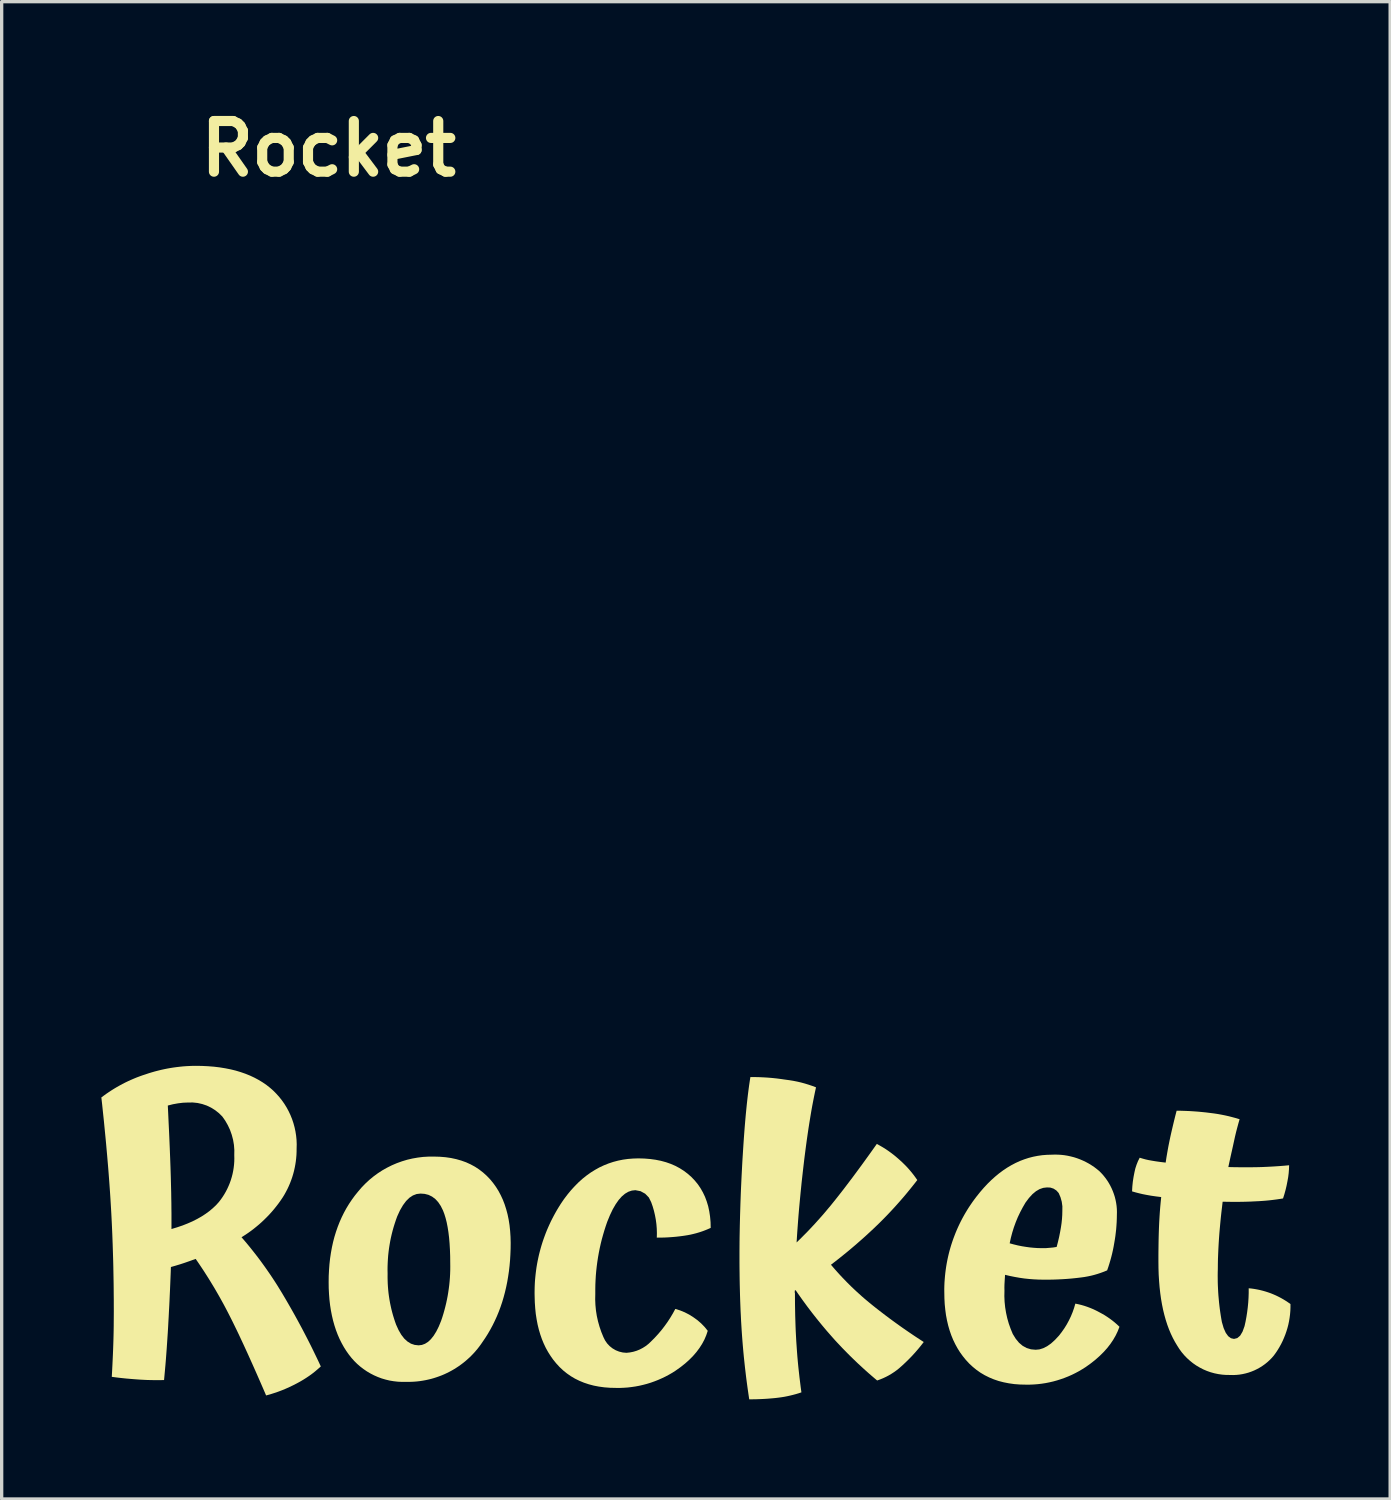
<source format=kicad_pcb>
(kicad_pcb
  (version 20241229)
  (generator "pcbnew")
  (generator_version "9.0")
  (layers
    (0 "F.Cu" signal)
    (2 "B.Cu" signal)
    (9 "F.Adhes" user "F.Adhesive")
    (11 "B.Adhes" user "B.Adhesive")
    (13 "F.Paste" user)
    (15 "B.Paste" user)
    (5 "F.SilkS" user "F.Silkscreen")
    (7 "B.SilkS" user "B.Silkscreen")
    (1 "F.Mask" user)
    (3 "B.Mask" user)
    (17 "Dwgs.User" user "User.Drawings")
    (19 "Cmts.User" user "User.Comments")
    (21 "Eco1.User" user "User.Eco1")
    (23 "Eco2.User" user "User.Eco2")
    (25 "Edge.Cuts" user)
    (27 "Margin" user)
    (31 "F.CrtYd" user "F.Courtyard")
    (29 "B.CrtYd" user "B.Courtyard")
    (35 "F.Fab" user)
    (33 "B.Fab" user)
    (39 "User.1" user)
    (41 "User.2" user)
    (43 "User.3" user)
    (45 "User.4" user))
  (footprint "Rocket"
    (layer "F.Cu")
    (at 6.836 38.071)
    (property "Reference" "Rocket" (at 0 -36.644 0) (layer "F.SilkS") (effects (font (size 1.524 1.524) (thickness 0.305))))
    (attr exclude_from_pos_files exclude_from_bom)
    (fp_poly (pts (xy 11.501 -4.17) (xy 11.417 -4.133) (xy 11.332 -4.098) (xy 11.246 -4.066) (xy 11.158 -4.037) (xy 11.07 -4.011) (xy 10.981 -3.988) (xy 10.891 -3.967) (xy 10.8 -3.95) (xy 10.686 -3.932) (xy 10.572 -3.917) (xy 10.457 -3.904) (xy 10.341 -3.894) (xy 10.226 -3.886) (xy 10.111 -3.88) (xy 9.995 -3.878) (xy 9.879 -3.877) (xy 9.882 -4.013) (xy 9.878 -4.149) (xy 9.867 -4.285) (xy 9.849 -4.419) (xy 9.824 -4.553) (xy 9.793 -4.685) (xy 9.755 -4.816) (xy 9.71 -4.944) (xy 9.639 -5.086) (xy 9.529 -5.199) (xy 9.39 -5.275) (xy 9.234 -5.305) (xy 9.127 -5.293) (xy 9.024 -5.258) (xy 8.923 -5.199) (xy 8.826 -5.117) (xy 8.732 -5.011) (xy 8.641 -4.881) (xy 8.553 -4.729) (xy 8.469 -4.553) (xy 8.387 -4.353) (xy 8.342 -4.223) (xy 8.3 -4.091) (xy 8.261 -3.958) (xy 8.224 -3.825) (xy 8.191 -3.691) (xy 8.161 -3.556) (xy 8.134 -3.42) (xy 8.11 -3.284) (xy 8.089 -3.147) (xy 8.071 -3.01) (xy 8.056 -2.873) (xy 8.044 -2.735) (xy 8.036 -2.597) (xy 8.03 -2.459) (xy 8.028 -2.321) (xy 8.028 -2.182) (xy 8.025 -2.016) (xy 8.032 -1.85) (xy 8.048 -1.684) (xy 8.074 -1.519) (xy 8.11 -1.357) (xy 8.155 -1.197) (xy 8.209 -1.039) (xy 8.272 -0.885) (xy 8.321 -0.786) (xy 8.384 -0.694) (xy 8.46 -0.613) (xy 8.547 -0.544) (xy 8.643 -0.488) (xy 8.746 -0.447) (xy 8.854 -0.421) (xy 8.965 -0.411) (xy 9.068 -0.422) (xy 9.17 -0.442) (xy 9.27 -0.472) (xy 9.366 -0.511) (xy 9.458 -0.559) (xy 9.546 -0.615) (xy 9.628 -0.679) (xy 9.703 -0.75) (xy 9.812 -0.859) (xy 9.916 -0.972) (xy 10.016 -1.089) (xy 10.11 -1.211) (xy 10.2 -1.336) (xy 10.284 -1.465) (xy 10.363 -1.597) (xy 10.436 -1.732) (xy 10.58 -1.687) (xy 10.719 -1.63) (xy 10.853 -1.561) (xy 10.98 -1.481) (xy 11.101 -1.394) (xy 11.214 -1.296) (xy 11.318 -1.189) (xy 11.412 -1.073) (xy 11.367 -0.939) (xy 11.311 -0.808) (xy 11.243 -0.681) (xy 11.163 -0.556) (xy 11.072 -0.434) (xy 10.97 -0.316) (xy 10.855 -0.2) (xy 10.73 -0.088) (xy 10.592 0.021) (xy 10.443 0.127) (xy 10.343 0.191) (xy 10.24 0.25) (xy 10.135 0.306) (xy 10.028 0.357) (xy 9.919 0.405) (xy 9.809 0.448) (xy 9.697 0.488) (xy 9.583 0.523) (xy 9.469 0.553) (xy 9.353 0.58) (xy 9.236 0.602) (xy 9.119 0.619) (xy 9.001 0.633) (xy 8.882 0.641) (xy 8.764 0.646) (xy 8.645 0.645) (xy 8.47 0.641) (xy 8.301 0.628) (xy 8.138 0.606) (xy 7.982 0.576) (xy 7.831 0.536) (xy 7.687 0.488) (xy 7.549 0.431) (xy 7.417 0.366) (xy 7.292 0.292) (xy 7.173 0.209) (xy 7.059 0.117) (xy 6.952 0.016) (xy 6.852 -0.093) (xy 6.764 -0.201) (xy 6.683 -0.315) (xy 6.608 -0.434) (xy 6.539 -0.558) (xy 6.477 -0.688) (xy 6.421 -0.824) (xy 6.372 -0.965) (xy 6.329 -1.111) (xy 6.292 -1.263) (xy 6.262 -1.421) (xy 6.237 -1.583) (xy 6.22 -1.752) (xy 6.208 -1.925) (xy 6.203 -2.104) (xy 6.201 -2.202) (xy 6.202 -2.299) (xy 6.204 -2.397) (xy 6.208 -2.494) (xy 6.214 -2.591) (xy 6.223 -2.688) (xy 6.233 -2.785) (xy 6.245 -2.882) (xy 6.258 -2.978) (xy 6.274 -3.074) (xy 6.292 -3.17) (xy 6.312 -3.265) (xy 6.333 -3.36) (xy 6.357 -3.455) (xy 6.382 -3.549) (xy 6.409 -3.642) (xy 6.438 -3.735) (xy 6.469 -3.827) (xy 6.502 -3.919) (xy 6.536 -4.01) (xy 6.572 -4.1) (xy 6.611 -4.19) (xy 6.651 -4.279) (xy 6.692 -4.367) (xy 6.736 -4.454) (xy 6.781 -4.54) (xy 6.828 -4.626) (xy 6.876 -4.71) (xy 6.926 -4.793) (xy 6.978 -4.876) (xy 7.032 -4.957) (xy 7.087 -5.037) (xy 7.193 -5.177) (xy 7.301 -5.308) (xy 7.414 -5.431) (xy 7.529 -5.546) (xy 7.647 -5.652) (xy 7.769 -5.749) (xy 7.894 -5.838) (xy 8.023 -5.918) (xy 8.154 -5.991) (xy 8.289 -6.054) (xy 8.427 -6.109) (xy 8.569 -6.156) (xy 8.713 -6.194) (xy 8.861 -6.224) (xy 9.012 -6.245) (xy 9.166 -6.257) (xy 9.324 -6.262) (xy 9.505 -6.257) (xy 9.679 -6.243) (xy 9.846 -6.22) (xy 10.005 -6.188) (xy 10.158 -6.146) (xy 10.303 -6.095) (xy 10.441 -6.035) (xy 10.571 -5.965) (xy 10.695 -5.886) (xy 10.811 -5.798) (xy 10.921 -5.701) (xy 11.021 -5.596) (xy 11.113 -5.484) (xy 11.194 -5.365) (xy 11.266 -5.239) (xy 11.329 -5.107) (xy 11.381 -4.968) (xy 11.425 -4.822) (xy 11.458 -4.669) (xy 11.482 -4.51) (xy 11.497 -4.343) (xy 11.501 -4.17)) (stroke (width 0) (type solid)) (fill yes) (layer "F.SilkS"))
    (fp_poly (pts (xy 27.691 -2.353) (xy 27.776 -2.345) (xy 27.86 -2.333) (xy 27.944 -2.318) (xy 28.027 -2.301) (xy 28.11 -2.28) (xy 28.192 -2.257) (xy 28.273 -2.231) (xy 28.353 -2.203) (xy 28.432 -2.171) (xy 28.51 -2.137) (xy 28.586 -2.1) (xy 28.661 -2.061) (xy 28.735 -2.019) (xy 28.808 -1.974) (xy 28.879 -1.927) (xy 28.948 -1.878) (xy 28.948 -1.774) (xy 28.944 -1.671) (xy 28.935 -1.567) (xy 28.922 -1.465) (xy 28.905 -1.363) (xy 28.884 -1.261) (xy 28.858 -1.161) (xy 28.828 -1.062) (xy 28.794 -0.964) (xy 28.756 -0.868) (xy 28.715 -0.773) (xy 28.669 -0.68) (xy 28.619 -0.589) (xy 28.566 -0.5) (xy 28.509 -0.414) (xy 28.448 -0.33) (xy 28.387 -0.259) (xy 28.322 -0.193) (xy 28.253 -0.13) (xy 28.18 -0.071) (xy 28.104 -0.017) (xy 28.025 0.033) (xy 27.943 0.078) (xy 27.859 0.119) (xy 27.773 0.154) (xy 27.684 0.185) (xy 27.594 0.21) (xy 27.503 0.23) (xy 27.411 0.245) (xy 27.318 0.254) (xy 27.224 0.258) (xy 27.131 0.256) (xy 27.012 0.255) (xy 26.893 0.246) (xy 26.774 0.229) (xy 26.658 0.205) (xy 26.543 0.173) (xy 26.43 0.133) (xy 26.321 0.086) (xy 26.215 0.031) (xy 26.112 -0.03) (xy 26.014 -0.098) (xy 25.921 -0.173) (xy 25.833 -0.253) (xy 25.75 -0.339) (xy 25.673 -0.431) (xy 25.603 -0.527) (xy 25.539 -0.628) (xy 25.471 -0.741) (xy 25.407 -0.861) (xy 25.347 -0.987) (xy 25.292 -1.118) (xy 25.241 -1.256) (xy 25.195 -1.399) (xy 25.153 -1.549) (xy 25.115 -1.705) (xy 25.082 -1.867) (xy 25.053 -2.034) (xy 25.029 -2.208) (xy 25.009 -2.388) (xy 24.994 -2.574) (xy 24.982 -2.766) (xy 24.976 -2.964) (xy 24.974 -3.168) (xy 24.974 -3.32) (xy 24.975 -3.469) (xy 24.977 -3.617) (xy 24.979 -3.762) (xy 24.982 -3.905) (xy 24.986 -4.045) (xy 24.991 -4.184) (xy 24.998 -4.341) (xy 25.007 -4.497) (xy 25.017 -4.65) (xy 25.029 -4.801) (xy 25.043 -4.951) (xy 25.058 -5.098) (xy 24.905 -5.117) (xy 24.752 -5.139) (xy 24.601 -5.166) (xy 24.495 -5.187) (xy 24.39 -5.212) (xy 24.285 -5.239) (xy 24.181 -5.269) (xy 24.189 -5.415) (xy 24.204 -5.561) (xy 24.226 -5.705) (xy 24.254 -5.848) (xy 24.28 -5.961) (xy 24.316 -6.071) (xy 24.359 -6.179) (xy 24.411 -6.282) (xy 24.497 -6.256) (xy 24.584 -6.232) (xy 24.672 -6.212) (xy 24.76 -6.196) (xy 24.897 -6.173) (xy 25.041 -6.153) (xy 25.192 -6.135) (xy 25.217 -6.299) (xy 25.245 -6.462) (xy 25.274 -6.623) (xy 25.306 -6.782) (xy 25.339 -6.939) (xy 25.374 -7.093) (xy 25.41 -7.246) (xy 25.446 -7.397) (xy 25.483 -7.546) (xy 25.522 -7.696) (xy 25.65 -7.695) (xy 25.777 -7.691) (xy 25.904 -7.686) (xy 26.031 -7.678) (xy 26.158 -7.669) (xy 26.285 -7.657) (xy 26.412 -7.644) (xy 26.538 -7.628) (xy 26.65 -7.614) (xy 26.761 -7.597) (xy 26.872 -7.577) (xy 26.982 -7.555) (xy 27.092 -7.53) (xy 27.201 -7.502) (xy 27.309 -7.473) (xy 27.417 -7.44) (xy 27.382 -7.319) (xy 27.348 -7.193) (xy 27.313 -7.06) (xy 27.28 -6.921) (xy 27.248 -6.775) (xy 27.215 -6.624) (xy 27.181 -6.471) (xy 27.146 -6.316) (xy 27.112 -6.16) (xy 27.078 -6.001) (xy 27.259 -5.997) (xy 27.434 -5.995) (xy 27.604 -5.994) (xy 27.769 -5.995) (xy 27.929 -5.997) (xy 28.084 -6.001) (xy 28.264 -6.009) (xy 28.435 -6.018) (xy 28.6 -6.029) (xy 28.757 -6.041) (xy 28.907 -6.055) (xy 28.903 -5.935) (xy 28.894 -5.816) (xy 28.879 -5.697) (xy 28.858 -5.579) (xy 28.832 -5.447) (xy 28.801 -5.315) (xy 28.765 -5.185) (xy 28.724 -5.056) (xy 28.622 -5.04) (xy 28.52 -5.025) (xy 28.417 -5.012) (xy 28.314 -5) (xy 28.211 -4.99) (xy 28.108 -4.982) (xy 28.005 -4.975) (xy 27.901 -4.97) (xy 27.743 -4.962) (xy 27.582 -4.957) (xy 27.418 -4.954) (xy 27.251 -4.953) (xy 27.081 -4.955) (xy 26.907 -4.958) (xy 26.888 -4.795) (xy 26.869 -4.636) (xy 26.852 -4.479) (xy 26.837 -4.325) (xy 26.823 -4.173) (xy 26.81 -4.025) (xy 26.799 -3.879) (xy 26.788 -3.712) (xy 26.779 -3.549) (xy 26.772 -3.39) (xy 26.766 -3.235) (xy 26.763 -3.083) (xy 26.762 -2.934) (xy 26.759 -2.834) (xy 26.758 -2.734) (xy 26.759 -2.633) (xy 26.76 -2.533) (xy 26.763 -2.433) (xy 26.768 -2.333) (xy 26.773 -2.233) (xy 26.78 -2.133) (xy 26.789 -2.033) (xy 26.798 -1.933) (xy 26.809 -1.833) (xy 26.821 -1.734) (xy 26.835 -1.634) (xy 26.85 -1.535) (xy 26.866 -1.436) (xy 26.884 -1.337) (xy 26.937 -1.155) (xy 27.001 -1.012) (xy 27.074 -0.911) (xy 27.157 -0.85) (xy 27.249 -0.829) (xy 27.347 -0.854) (xy 27.433 -0.926) (xy 27.505 -1.046) (xy 27.566 -1.214) (xy 27.597 -1.354) (xy 27.623 -1.495) (xy 27.645 -1.637) (xy 27.663 -1.78) (xy 27.677 -1.923) (xy 27.686 -2.066) (xy 27.691 -2.21) (xy 27.691 -2.353)) (stroke (width 0) (type solid)) (fill yes) (layer "F.SilkS"))
    (fp_poly (pts (xy 0.004 -2.536) (xy 1.776 -2.899) (xy 1.778 -2.789) (xy 1.777 -2.691) (xy 1.779 -2.593) (xy 1.782 -2.496) (xy 1.788 -2.399) (xy 1.796 -2.301) (xy 1.806 -2.204) (xy 1.819 -2.108) (xy 1.834 -2.011) (xy 1.851 -1.915) (xy 1.871 -1.819) (xy 1.892 -1.724) (xy 1.916 -1.63) (xy 1.942 -1.536) (xy 1.971 -1.442) (xy 2.001 -1.35) (xy 2.034 -1.258) (xy 2.109 -1.093) (xy 2.191 -0.953) (xy 2.28 -0.838) (xy 2.377 -0.75) (xy 2.481 -0.686) (xy 2.593 -0.649) (xy 2.711 -0.636) (xy 2.81 -0.648) (xy 2.904 -0.683) (xy 2.995 -0.74) (xy 3.081 -0.821) (xy 3.164 -0.925) (xy 3.243 -1.052) (xy 3.318 -1.202) (xy 3.389 -1.375) (xy 3.424 -1.479) (xy 3.457 -1.585) (xy 3.487 -1.691) (xy 3.515 -1.798) (xy 3.541 -1.905) (xy 3.564 -2.013) (xy 3.585 -2.121) (xy 3.603 -2.23) (xy 3.619 -2.34) (xy 3.633 -2.449) (xy 3.644 -2.559) (xy 3.653 -2.669) (xy 3.659 -2.779) (xy 3.663 -2.89) (xy 3.664 -3) (xy 3.663 -3.11) (xy 3.661 -3.319) (xy 3.654 -3.517) (xy 3.643 -3.703) (xy 3.628 -3.878) (xy 3.608 -4.043) (xy 3.584 -4.195) (xy 3.556 -4.337) (xy 3.523 -4.468) (xy 3.486 -4.587) (xy 3.445 -4.695) (xy 3.377 -4.831) (xy 3.3 -4.946) (xy 3.213 -5.04) (xy 3.116 -5.112) (xy 3.01 -5.164) (xy 2.893 -5.194) (xy 2.767 -5.203) (xy 2.651 -5.189) (xy 2.54 -5.147) (xy 2.434 -5.077) (xy 2.334 -4.978) (xy 2.24 -4.852) (xy 2.15 -4.697) (xy 2.066 -4.514) (xy 2.029 -4.411) (xy 1.994 -4.306) (xy 1.961 -4.201) (xy 1.931 -4.095) (xy 1.904 -3.989) (xy 1.879 -3.882) (xy 1.857 -3.774) (xy 1.838 -3.665) (xy 1.821 -3.557) (xy 1.807 -3.448) (xy 1.795 -3.338) (xy 1.787 -3.228) (xy 1.781 -3.119) (xy 1.777 -3.009) (xy 1.776 -2.899) (xy 0.004 -2.536) (xy 0.006 -2.72) (xy 0.015 -2.9) (xy 0.028 -3.076) (xy 0.047 -3.249) (xy 0.072 -3.417) (xy 0.102 -3.582) (xy 0.137 -3.743) (xy 0.178 -3.9) (xy 0.225 -4.053) (xy 0.277 -4.203) (xy 0.334 -4.348) (xy 0.397 -4.49) (xy 0.465 -4.628) (xy 0.538 -4.762) (xy 0.618 -4.893) (xy 0.702 -5.019) (xy 0.792 -5.142) (xy 0.888 -5.261) (xy 0.994 -5.385) (xy 1.107 -5.502) (xy 1.226 -5.613) (xy 1.352 -5.717) (xy 1.483 -5.813) (xy 1.62 -5.902) (xy 1.762 -5.982) (xy 1.908 -6.055) (xy 2.058 -6.119) (xy 2.211 -6.174) (xy 2.367 -6.221) (xy 2.526 -6.258) (xy 2.686 -6.286) (xy 2.848 -6.306) (xy 3.011 -6.315) (xy 3.174 -6.316) (xy 3.351 -6.311) (xy 3.522 -6.297) (xy 3.687 -6.273) (xy 3.844 -6.239) (xy 3.995 -6.196) (xy 4.14 -6.144) (xy 4.278 -6.081) (xy 4.409 -6.01) (xy 4.533 -5.928) (xy 4.651 -5.837) (xy 4.762 -5.737) (xy 4.867 -5.627) (xy 4.957 -5.517) (xy 5.04 -5.402) (xy 5.116 -5.28) (xy 5.184 -5.152) (xy 5.246 -5.018) (xy 5.3 -4.878) (xy 5.347 -4.731) (xy 5.388 -4.578) (xy 5.421 -4.419) (xy 5.447 -4.254) (xy 5.465 -4.082) (xy 5.477 -3.904) (xy 5.482 -3.72) (xy 5.48 -3.543) (xy 5.473 -3.37) (xy 5.463 -3.199) (xy 5.448 -3.031) (xy 5.429 -2.866) (xy 5.405 -2.704) (xy 5.378 -2.545) (xy 5.346 -2.389) (xy 5.31 -2.235) (xy 5.27 -2.085) (xy 5.226 -1.937) (xy 5.177 -1.792) (xy 5.124 -1.65) (xy 5.067 -1.511) (xy 5.005 -1.375) (xy 4.94 -1.242) (xy 4.87 -1.112) (xy 4.796 -0.984) (xy 4.718 -0.86) (xy 4.635 -0.738) (xy 4.587 -0.668) (xy 4.537 -0.6) (xy 4.485 -0.533) (xy 4.43 -0.468) (xy 4.374 -0.404) (xy 4.316 -0.343) (xy 4.256 -0.283) (xy 4.193 -0.226) (xy 4.13 -0.17) (xy 4.064 -0.116) (xy 3.997 -0.065) (xy 3.928 -0.015) (xy 3.857 0.032) (xy 3.786 0.077) (xy 3.712 0.12) (xy 3.638 0.16) (xy 3.562 0.198) (xy 3.485 0.234) (xy 3.407 0.267) (xy 3.328 0.297) (xy 3.248 0.325) (xy 3.167 0.351) (xy 3.086 0.374) (xy 3.003 0.394) (xy 2.92 0.412) (xy 2.837 0.427) (xy 2.753 0.44) (xy 2.669 0.45) (xy 2.585 0.457) (xy 2.5 0.462) (xy 2.415 0.463) (xy 2.33 0.463) (xy 2.207 0.464) (xy 2.083 0.458) (xy 1.961 0.444) (xy 1.839 0.424) (xy 1.719 0.395) (xy 1.6 0.36) (xy 1.485 0.317) (xy 1.371 0.267) (xy 1.262 0.211) (xy 1.155 0.148) (xy 1.053 0.078) (xy 0.955 0.003) (xy 0.862 -0.078) (xy 0.774 -0.165) (xy 0.692 -0.257) (xy 0.615 -0.354) (xy 0.536 -0.465) (xy 0.463 -0.581) (xy 0.395 -0.703) (xy 0.332 -0.829) (xy 0.275 -0.96) (xy 0.224 -1.095) (xy 0.178 -1.236) (xy 0.137 -1.382) (xy 0.102 -1.532) (xy 0.072 -1.687) (xy 0.047 -1.847) (xy 0.028 -2.012) (xy 0.015 -2.182) (xy 0.006 -2.357) (xy 0.004 -2.536)) (stroke (width 0) (type solid)) (fill yes) (layer "F.SilkS"))
    (fp_poly (pts (xy 22.474 -1.891) (xy 22.568 -1.872) (xy 22.661 -1.849) (xy 22.753 -1.822) (xy 22.844 -1.791) (xy 22.933 -1.757) (xy 23.021 -1.72) (xy 23.108 -1.678) (xy 23.192 -1.634) (xy 23.275 -1.589) (xy 23.357 -1.542) (xy 23.436 -1.491) (xy 23.514 -1.437) (xy 23.589 -1.381) (xy 23.662 -1.322) (xy 23.733 -1.26) (xy 23.802 -1.195) (xy 23.75 -1.061) (xy 23.687 -0.93) (xy 23.613 -0.802) (xy 23.528 -0.676) (xy 23.432 -0.553) (xy 23.325 -0.434) (xy 23.207 -0.317) (xy 23.077 -0.202) (xy 22.937 -0.091) (xy 22.786 0.017) (xy 22.685 0.081) (xy 22.582 0.142) (xy 22.477 0.198) (xy 22.37 0.251) (xy 22.261 0.299) (xy 22.15 0.343) (xy 22.037 0.383) (xy 21.924 0.419) (xy 21.808 0.451) (xy 21.692 0.478) (xy 21.575 0.501) (xy 21.457 0.519) (xy 21.338 0.533) (xy 21.219 0.542) (xy 21.1 0.547) (xy 20.981 0.547) (xy 20.806 0.543) (xy 20.636 0.53) (xy 20.473 0.507) (xy 20.316 0.476) (xy 20.165 0.437) (xy 20.021 0.388) (xy 19.882 0.33) (xy 19.749 0.264) (xy 19.622 0.189) (xy 19.501 0.104) (xy 19.387 0.011) (xy 19.278 -0.09) (xy 19.176 -0.201) (xy 19.087 -0.311) (xy 19.004 -0.426) (xy 18.928 -0.547) (xy 18.859 -0.673) (xy 18.796 -0.804) (xy 18.74 -0.941) (xy 18.691 -1.083) (xy 18.648 -1.231) (xy 18.612 -1.385) (xy 18.582 -1.543) (xy 18.56 -1.708) (xy 18.543 -1.877) (xy 18.534 -2.053) (xy 18.531 -2.233) (xy 18.53 -2.33) (xy 18.532 -2.427) (xy 18.536 -2.523) (xy 18.543 -2.62) (xy 18.551 -2.716) (xy 18.561 -2.812) (xy 18.573 -2.908) (xy 18.587 -3.004) (xy 18.603 -3.099) (xy 18.621 -3.194) (xy 18.641 -3.289) (xy 18.663 -3.383) (xy 18.687 -3.477) (xy 18.713 -3.57) (xy 18.741 -3.663) (xy 18.771 -3.754) (xy 18.803 -3.846) (xy 18.837 -3.936) (xy 18.872 -4.026) (xy 18.91 -4.116) (xy 18.949 -4.204) (xy 18.99 -4.291) (xy 19.033 -4.378) (xy 19.078 -4.464) (xy 19.125 -4.549) (xy 19.173 -4.632) (xy 19.223 -4.715) (xy 19.275 -4.797) (xy 19.329 -4.877) (xy 19.384 -4.957) (xy 19.441 -5.035) (xy 19.499 -5.112) (xy 19.608 -5.248) (xy 19.719 -5.377) (xy 19.831 -5.497) (xy 19.946 -5.61) (xy 20.063 -5.715) (xy 20.182 -5.813) (xy 20.302 -5.902) (xy 20.425 -5.984) (xy 20.55 -6.058) (xy 20.676 -6.124) (xy 20.805 -6.183) (xy 20.936 -6.233) (xy 21.068 -6.276) (xy 21.203 -6.311) (xy 21.34 -6.338) (xy 21.478 -6.358) (xy 21.619 -6.369) (xy 21.761 -6.373) (xy 21.858 -6.376) (xy 21.955 -6.374) (xy 22.052 -6.368) (xy 22.149 -6.357) (xy 22.244 -6.341) (xy 22.339 -6.32) (xy 22.433 -6.296) (xy 22.526 -6.266) (xy 22.617 -6.232) (xy 22.706 -6.194) (xy 22.793 -6.152) (xy 22.878 -6.106) (xy 22.961 -6.055) (xy 23.042 -6.001) (xy 23.119 -5.942) (xy 23.194 -5.881) (xy 23.259 -5.815) (xy 23.32 -5.747) (xy 23.377 -5.675) (xy 23.431 -5.6) (xy 23.48 -5.523) (xy 23.525 -5.443) (xy 23.566 -5.36) (xy 23.602 -5.276) (xy 23.634 -5.19) (xy 23.662 -5.102) (xy 23.684 -5.013) (xy 23.702 -4.923) (xy 23.715 -4.832) (xy 23.723 -4.74) (xy 23.726 -4.648) (xy 23.724 -4.556) (xy 23.722 -4.45) (xy 23.718 -4.344) (xy 23.711 -4.237) (xy 23.703 -4.131) (xy 23.691 -4.026) (xy 23.678 -3.92) (xy 23.662 -3.815) (xy 23.644 -3.71) (xy 23.626 -3.606) (xy 23.605 -3.502) (xy 23.582 -3.399) (xy 23.556 -3.296) (xy 23.528 -3.194) (xy 23.498 -3.093) (xy 23.466 -2.992) (xy 23.431 -2.892) (xy 23.337 -2.853) (xy 23.242 -2.818) (xy 23.146 -2.786) (xy 23.048 -2.757) (xy 22.95 -2.732) (xy 22.851 -2.711) (xy 22.751 -2.693) (xy 22.65 -2.679) (xy 22.508 -2.662) (xy 22.365 -2.647) (xy 22.222 -2.635) (xy 22.079 -2.626) (xy 21.936 -2.619) (xy 21.793 -2.614) (xy 20.498 -3.706) (xy 20.62 -3.673) (xy 20.743 -3.643) (xy 20.868 -3.618) (xy 20.993 -3.598) (xy 21.109 -3.582) (xy 21.226 -3.571) (xy 21.344 -3.563) (xy 21.462 -3.561) (xy 21.596 -3.562) (xy 21.729 -3.573) (xy 21.821 -3.582) (xy 21.912 -3.598) (xy 21.95 -3.744) (xy 21.985 -3.892) (xy 22.015 -4.04) (xy 22.041 -4.189) (xy 22.059 -4.311) (xy 22.072 -4.435) (xy 22.08 -4.558) (xy 22.083 -4.682) (xy 22.084 -4.82) (xy 22.065 -4.958) (xy 22.028 -5.091) (xy 21.973 -5.219) (xy 21.905 -5.295) (xy 21.82 -5.351) (xy 21.723 -5.383) (xy 21.621 -5.388) (xy 21.509 -5.375) (xy 21.398 -5.337) (xy 21.29 -5.274) (xy 21.183 -5.185) (xy 21.078 -5.07) (xy 20.974 -4.931) (xy 20.891 -4.788) (xy 20.814 -4.642) (xy 20.743 -4.493) (xy 20.68 -4.34) (xy 20.624 -4.185) (xy 20.575 -4.027) (xy 20.533 -3.868) (xy 20.498 -3.706) (xy 21.793 -2.614) (xy 21.649 -2.612) (xy 21.506 -2.612) (xy 21.364 -2.615) (xy 21.222 -2.622) (xy 21.08 -2.633) (xy 20.938 -2.648) (xy 20.793 -2.669) (xy 20.647 -2.695) (xy 20.503 -2.724) (xy 20.359 -2.758) (xy 20.348 -2.588) (xy 20.341 -2.465) (xy 20.339 -2.371) (xy 20.341 -2.282) (xy 20.338 -2.115) (xy 20.345 -1.947) (xy 20.362 -1.781) (xy 20.389 -1.616) (xy 20.425 -1.452) (xy 20.471 -1.291) (xy 20.527 -1.133) (xy 20.591 -0.978) (xy 20.68 -0.834) (xy 20.778 -0.715) (xy 20.888 -0.622) (xy 21.008 -0.556) (xy 21.139 -0.516) (xy 21.28 -0.503) (xy 21.394 -0.514) (xy 21.509 -0.55) (xy 21.625 -0.609) (xy 21.743 -0.692) (xy 21.861 -0.799) (xy 21.982 -0.929) (xy 22.065 -1.037) (xy 22.143 -1.148) (xy 22.215 -1.264) (xy 22.28 -1.384) (xy 22.339 -1.506) (xy 22.391 -1.632) (xy 22.436 -1.76) (xy 22.474 -1.891)) (stroke (width 0) (type solid)) (fill yes) (layer "F.SilkS"))
    (fp_poly (pts (xy 14.036 -2.208) (xy 14.037 -2.034) (xy 14.038 -1.863) (xy 14.041 -1.695) (xy 14.044 -1.531) (xy 14.049 -1.37) (xy 14.054 -1.213) (xy 14.06 -1.059) (xy 14.068 -0.908) (xy 14.076 -0.76) (xy 14.086 -0.616) (xy 14.097 -0.458) (xy 14.109 -0.301) (xy 14.123 -0.144) (xy 14.138 0.012) (xy 14.155 0.167) (xy 14.172 0.321) (xy 14.191 0.474) (xy 14.21 0.627) (xy 14.231 0.779) (xy 14.147 0.807) (xy 14.063 0.832) (xy 13.977 0.855) (xy 13.891 0.876) (xy 13.805 0.895) (xy 13.718 0.912) (xy 13.631 0.926) (xy 13.544 0.938) (xy 13.434 0.951) (xy 13.323 0.961) (xy 13.213 0.97) (xy 13.102 0.977) (xy 12.992 0.982) (xy 12.881 0.986) (xy 12.77 0.988) (xy 12.66 0.988) (xy 12.636 0.826) (xy 12.613 0.666) (xy 12.591 0.505) (xy 12.57 0.345) (xy 12.551 0.185) (xy 12.532 0.025) (xy 12.515 -0.134) (xy 12.498 -0.294) (xy 12.483 -0.452) (xy 12.469 -0.611) (xy 12.456 -0.769) (xy 12.444 -0.927) (xy 12.433 -1.085) (xy 12.424 -1.231) (xy 12.415 -1.379) (xy 12.408 -1.53) (xy 12.4 -1.682) (xy 12.394 -1.836) (xy 12.388 -1.992) (xy 12.383 -2.15) (xy 12.379 -2.31) (xy 12.375 -2.471) (xy 12.372 -2.635) (xy 12.37 -2.8) (xy 12.368 -2.967) (xy 12.367 -3.135) (xy 12.367 -3.305) (xy 12.367 -3.456) (xy 12.368 -3.609) (xy 12.369 -3.763) (xy 12.371 -3.918) (xy 12.374 -4.075) (xy 12.377 -4.233) (xy 12.381 -4.392) (xy 12.385 -4.553) (xy 12.39 -4.715) (xy 12.395 -4.879) (xy 12.401 -5.044) (xy 12.407 -5.21) (xy 12.414 -5.378) (xy 12.422 -5.547) (xy 12.43 -5.717) (xy 12.439 -5.889) (xy 12.448 -6.062) (xy 12.458 -6.236) (xy 12.471 -6.443) (xy 12.484 -6.645) (xy 12.497 -6.84) (xy 12.511 -7.029) (xy 12.525 -7.212) (xy 12.54 -7.389) (xy 12.555 -7.559) (xy 12.571 -7.724) (xy 12.587 -7.883) (xy 12.604 -8.036) (xy 12.621 -8.182) (xy 12.639 -8.323) (xy 12.657 -8.458) (xy 12.676 -8.586) (xy 12.695 -8.708) (xy 12.828 -8.709) (xy 12.96 -8.706) (xy 13.092 -8.7) (xy 13.224 -8.692) (xy 13.356 -8.681) (xy 13.488 -8.667) (xy 13.619 -8.65) (xy 13.75 -8.631) (xy 13.868 -8.615) (xy 13.985 -8.596) (xy 14.102 -8.573) (xy 14.218 -8.546) (xy 14.332 -8.515) (xy 14.446 -8.48) (xy 14.559 -8.442) (xy 14.67 -8.4) (xy 14.64 -8.263) (xy 14.611 -8.121) (xy 14.582 -7.974) (xy 14.553 -7.822) (xy 14.525 -7.665) (xy 14.498 -7.503) (xy 14.471 -7.337) (xy 14.444 -7.166) (xy 14.418 -6.989) (xy 14.392 -6.808) (xy 14.367 -6.623) (xy 14.342 -6.432) (xy 14.317 -6.236) (xy 14.297 -6.065) (xy 14.277 -5.894) (xy 14.258 -5.724) (xy 14.239 -5.555) (xy 14.222 -5.386) (xy 14.205 -5.218) (xy 14.189 -5.05) (xy 14.173 -4.883) (xy 14.158 -4.717) (xy 14.144 -4.551) (xy 14.131 -4.386) (xy 14.119 -4.222) (xy 14.107 -4.058) (xy 14.096 -3.894) (xy 14.086 -3.732) (xy 14.158 -3.802) (xy 14.229 -3.872) (xy 14.3 -3.944) (xy 14.371 -4.015) (xy 14.441 -4.087) (xy 14.51 -4.16) (xy 14.579 -4.234) (xy 14.647 -4.307) (xy 14.714 -4.382) (xy 14.781 -4.457) (xy 14.848 -4.532) (xy 14.914 -4.608) (xy 14.979 -4.685) (xy 15.043 -4.762) (xy 15.108 -4.839) (xy 15.171 -4.917) (xy 15.249 -5.014) (xy 15.329 -5.115) (xy 15.412 -5.221) (xy 15.498 -5.331) (xy 15.586 -5.447) (xy 15.677 -5.567) (xy 15.771 -5.691) (xy 15.867 -5.821) (xy 15.966 -5.955) (xy 16.068 -6.094) (xy 16.172 -6.238) (xy 16.279 -6.386) (xy 16.388 -6.539) (xy 16.5 -6.697) (xy 16.591 -6.647) (xy 16.681 -6.595) (xy 16.769 -6.54) (xy 16.854 -6.482) (xy 16.938 -6.421) (xy 17.02 -6.358) (xy 17.1 -6.291) (xy 17.178 -6.223) (xy 17.254 -6.154) (xy 17.327 -6.083) (xy 17.399 -6.01) (xy 17.468 -5.934) (xy 17.534 -5.856) (xy 17.598 -5.776) (xy 17.659 -5.694) (xy 17.718 -5.61) (xy 17.652 -5.525) (xy 17.585 -5.441) (xy 17.518 -5.357) (xy 17.45 -5.274) (xy 17.382 -5.191) (xy 17.313 -5.109) (xy 17.243 -5.028) (xy 17.172 -4.947) (xy 17.101 -4.867) (xy 17.029 -4.787) (xy 16.956 -4.708) (xy 16.883 -4.63) (xy 16.809 -4.552) (xy 16.734 -4.475) (xy 16.659 -4.399) (xy 16.583 -4.323) (xy 16.496 -4.239) (xy 16.409 -4.155) (xy 16.321 -4.073) (xy 16.232 -3.991) (xy 16.143 -3.909) (xy 16.053 -3.829) (xy 15.962 -3.749) (xy 15.871 -3.669) (xy 15.779 -3.591) (xy 15.687 -3.513) (xy 15.594 -3.436) (xy 15.5 -3.36) (xy 15.406 -3.284) (xy 15.311 -3.209) (xy 15.216 -3.135) (xy 15.12 -3.061) (xy 15.186 -2.984) (xy 15.252 -2.908) (xy 15.32 -2.832) (xy 15.388 -2.757) (xy 15.457 -2.683) (xy 15.528 -2.61) (xy 15.598 -2.537) (xy 15.67 -2.465) (xy 15.742 -2.394) (xy 15.816 -2.324) (xy 15.89 -2.255) (xy 15.965 -2.187) (xy 16.04 -2.119) (xy 16.117 -2.052) (xy 16.194 -1.987) (xy 16.272 -1.922) (xy 16.37 -1.842) (xy 16.469 -1.763) (xy 16.569 -1.685) (xy 16.669 -1.608) (xy 16.77 -1.531) (xy 16.871 -1.455) (xy 16.973 -1.38) (xy 17.075 -1.306) (xy 17.178 -1.232) (xy 17.281 -1.159) (xy 17.385 -1.087) (xy 17.49 -1.015) (xy 17.595 -0.944) (xy 17.7 -0.874) (xy 17.806 -0.805) (xy 17.912 -0.736) (xy 17.829 -0.629) (xy 17.743 -0.524) (xy 17.654 -0.421) (xy 17.562 -0.32) (xy 17.467 -0.222) (xy 17.37 -0.127) (xy 17.271 -0.034) (xy 17.169 0.056) (xy 17.095 0.115) (xy 17.018 0.17) (xy 16.938 0.222) (xy 16.857 0.27) (xy 16.773 0.314) (xy 16.687 0.354) (xy 16.599 0.39) (xy 16.51 0.422) (xy 16.426 0.351) (xy 16.343 0.28) (xy 16.26 0.208) (xy 16.178 0.135) (xy 16.097 0.062) (xy 16.016 -0.013) (xy 15.935 -0.087) (xy 15.856 -0.163) (xy 15.777 -0.239) (xy 15.698 -0.316) (xy 15.621 -0.393) (xy 15.544 -0.472) (xy 15.467 -0.55) (xy 15.392 -0.63) (xy 15.316 -0.71) (xy 15.242 -0.79) (xy 15.162 -0.88) (xy 15.083 -0.97) (xy 15.004 -1.06) (xy 14.927 -1.151) (xy 14.85 -1.243) (xy 14.774 -1.336) (xy 14.698 -1.429) (xy 14.624 -1.523) (xy 14.55 -1.617) (xy 14.477 -1.713) (xy 14.405 -1.808) (xy 14.334 -1.905) (xy 14.263 -2.002) (xy 14.194 -2.099) (xy 14.125 -2.197) (xy 14.057 -2.296) (xy 14.031 -2.284) (xy 14.031 -2.211) (xy 14.036 -2.208)) (stroke (width 0) (type solid)) (fill yes) (layer "F.SilkS"))
    (fp_poly (pts (xy -0.232 -0.001) (xy -0.314 0.072) (xy -0.398 0.144) (xy -0.484 0.212) (xy -0.573 0.277) (xy -0.665 0.339) (xy -0.758 0.398) (xy -0.853 0.454) (xy -0.95 0.507) (xy -1.061 0.564) (xy -1.173 0.618) (xy -1.287 0.669) (xy -1.403 0.717) (xy -1.52 0.761) (xy -1.638 0.801) (xy -1.757 0.839) (xy -1.878 0.872) (xy -1.961 0.679) (xy -2.043 0.49) (xy -2.123 0.308) (xy -2.201 0.131) (xy -2.277 -0.04) (xy -2.351 -0.205) (xy -2.423 -0.365) (xy -2.494 -0.52) (xy -2.562 -0.668) (xy -2.629 -0.811) (xy -2.693 -0.948) (xy -2.756 -1.08) (xy -2.817 -1.205) (xy -2.876 -1.326) (xy -2.933 -1.44) (xy -2.988 -1.549) (xy -3.041 -1.652) (xy -3.095 -1.755) (xy -3.149 -1.857) (xy -3.205 -1.959) (xy -3.261 -2.06) (xy -3.318 -2.161) (xy -3.376 -2.261) (xy -3.434 -2.361) (xy -3.494 -2.46) (xy -3.554 -2.559) (xy -3.615 -2.658) (xy -3.677 -2.755) (xy -3.739 -2.853) (xy -3.803 -2.95) (xy -3.867 -3.046) (xy -3.932 -3.142) (xy -3.998 -3.237) (xy -4.184 -3.17) (xy -4.336 -3.117) (xy -4.455 -3.078) (xy -4.603 -3.033) (xy -4.743 -2.993) (xy -4.749 -2.819) (xy -4.756 -2.647) (xy -4.763 -2.476) (xy -4.77 -2.308) (xy -4.778 -2.142) (xy -4.785 -1.978) (xy -4.793 -1.816) (xy -4.802 -1.656) (xy -4.81 -1.498) (xy -4.819 -1.342) (xy -4.827 -1.188) (xy -4.837 -1.021) (xy -4.848 -0.855) (xy -4.859 -0.691) (xy -4.87 -0.529) (xy -4.882 -0.368) (xy -4.894 -0.21) (xy -4.907 -0.052) (xy -4.921 0.103) (xy -4.935 0.257) (xy -4.949 0.408) (xy -5.05 0.411) (xy -5.15 0.412) (xy -5.251 0.411) (xy -5.352 0.409) (xy -5.452 0.407) (xy -5.553 0.402) (xy -5.653 0.397) (xy -5.754 0.39) (xy -5.925 0.377) (xy -6.087 0.363) (xy -6.241 0.347) (xy -6.386 0.33) (xy -6.522 0.312) (xy -6.512 0.128) (xy -6.503 -0.047) (xy -6.495 -0.213) (xy -6.488 -0.37) (xy -6.482 -0.517) (xy -6.477 -0.656) (xy -6.473 -0.785) (xy -6.469 -0.931) (xy -6.466 -1.078) (xy -6.464 -1.224) (xy -6.463 -1.371) (xy -6.462 -1.518) (xy -6.461 -1.664) (xy -6.462 -1.836) (xy -6.462 -2.006) (xy -6.464 -2.176) (xy -6.465 -2.345) (xy -6.467 -2.513) (xy -6.47 -2.68) (xy -6.473 -2.847) (xy -6.476 -3.012) (xy -6.48 -3.177) (xy -6.485 -3.34) (xy -6.49 -3.503) (xy -6.495 -3.665) (xy -6.501 -3.826) (xy -6.507 -3.986) (xy -6.514 -4.145) (xy -6.521 -4.303) (xy -6.529 -4.461) (xy -6.537 -4.617) (xy -6.546 -4.773) (xy -6.555 -4.922) (xy -6.564 -5.072) (xy -6.574 -5.224) (xy -6.585 -5.378) (xy -6.596 -5.534) (xy -6.608 -5.692) (xy -6.62 -5.851) (xy -6.633 -6.013) (xy -6.647 -6.176) (xy -6.661 -6.341) (xy -6.676 -6.508) (xy -6.691 -6.677) (xy -6.707 -6.848) (xy -6.724 -7.021) (xy -6.741 -7.195) (xy -6.758 -7.371) (xy -6.777 -7.55) (xy -6.796 -7.73) (xy -6.815 -7.912) (xy -6.836 -8.096) (xy -6.76 -8.152) (xy -6.684 -8.207) (xy -6.606 -8.26) (xy -6.527 -8.312) (xy -6.447 -8.362) (xy -6.366 -8.41) (xy -6.284 -8.456) (xy -6.201 -8.501) (xy -6.117 -8.544) (xy -6.032 -8.585) (xy -5.946 -8.624) (xy -5.86 -8.661) (xy -5.773 -8.697) (xy -5.685 -8.73) (xy -5.596 -8.762) (xy -5.506 -8.791) (xy -5.415 -8.822) (xy -5.323 -8.85) (xy -5.23 -8.877) (xy -5.137 -8.901) (xy -5.044 -8.924) (xy -4.95 -8.945) (xy -4.855 -8.964) (xy -4.761 -8.981) (xy -4.666 -8.996) (xy -4.57 -9.009) (xy -4.475 -9.02) (xy -4.379 -9.03) (xy -4.283 -9.037) (xy -4.187 -9.042) (xy -4.09 -9.046) (xy -3.994 -9.047) (xy -3.805 -9.044) (xy -3.622 -9.035) (xy -3.445 -9.021) (xy -3.273 -9) (xy -3.107 -8.973) (xy -2.946 -8.941) (xy -2.791 -8.903) (xy -2.642 -8.858) (xy -2.498 -8.808) (xy -2.36 -8.752) (xy -2.228 -8.69) (xy -2.101 -8.622) (xy -1.981 -8.549) (xy -1.865 -8.469) (xy -1.756 -8.383) (xy -1.66 -8.298) (xy -1.569 -8.206) (xy -1.483 -8.11) (xy -1.403 -8.009) (xy -1.329 -7.904) (xy -1.261 -7.794) (xy -1.2 -7.681) (xy -1.145 -7.564) (xy -1.097 -7.445) (xy -1.056 -7.323) (xy -1.022 -7.199) (xy -0.995 -7.073) (xy -0.975 -6.945) (xy -0.962 -6.817) (xy -0.957 -6.688) (xy -0.96 -6.56) (xy -0.961 -6.462) (xy -0.965 -6.365) (xy -0.973 -6.269) (xy -0.984 -6.172) (xy -0.999 -6.076) (xy -1.017 -5.981) (xy -1.038 -5.886) (xy -1.063 -5.792) (xy -1.091 -5.699) (xy -1.123 -5.607) (xy -1.158 -5.516) (xy -1.196 -5.427) (xy -1.237 -5.339) (xy -1.282 -5.253) (xy -1.329 -5.168) (xy -1.38 -5.085) (xy -1.441 -4.995) (xy -1.504 -4.907) (xy -1.57 -4.821) (xy -1.638 -4.736) (xy -1.708 -4.654) (xy -1.781 -4.573) (xy -1.856 -4.495) (xy -1.933 -4.419) (xy -2.012 -4.344) (xy -2.093 -4.272) (xy -2.176 -4.203) (xy -2.26 -4.135) (xy -2.347 -4.07) (xy -2.436 -4.007) (xy -2.526 -3.947) (xy -3.242 -5.023) (xy -3.188 -5.1) (xy -3.137 -5.18) (xy -3.09 -5.262) (xy -3.046 -5.347) (xy -3.007 -5.433) (xy -2.971 -5.52) (xy -2.939 -5.61) (xy -2.912 -5.7) (xy -2.888 -5.792) (xy -2.869 -5.885) (xy -2.854 -5.978) (xy -2.843 -6.073) (xy -2.836 -6.167) (xy -2.834 -6.262) (xy -2.836 -6.356) (xy -2.834 -6.512) (xy -2.846 -6.668) (xy -2.872 -6.821) (xy -2.912 -6.972) (xy -2.964 -7.119) (xy -3.03 -7.26) (xy -3.107 -7.395) (xy -3.197 -7.523) (xy -3.299 -7.624) (xy -3.412 -7.713) (xy -3.534 -7.789) (xy -3.663 -7.851) (xy -3.799 -7.897) (xy -3.94 -7.929) (xy -4.083 -7.944) (xy -4.226 -7.943) (xy -4.377 -7.937) (xy -4.526 -7.919) (xy -4.682 -7.891) (xy -4.836 -7.852) (xy -4.826 -7.646) (xy -4.817 -7.448) (xy -4.808 -7.257) (xy -4.799 -7.073) (xy -4.791 -6.896) (xy -4.784 -6.726) (xy -4.777 -6.564) (xy -4.771 -6.408) (xy -4.765 -6.26) (xy -4.76 -6.119) (xy -4.755 -5.985) (xy -4.751 -5.859) (xy -4.746 -5.696) (xy -4.742 -5.535) (xy -4.738 -5.375) (xy -4.734 -5.218) (xy -4.732 -5.063) (xy -4.729 -4.91) (xy -4.728 -4.759) (xy -4.726 -4.61) (xy -4.726 -4.463) (xy -4.726 -4.136) (xy -4.555 -4.188) (xy -4.392 -4.243) (xy -4.238 -4.304) (xy -4.092 -4.368) (xy -3.954 -4.438) (xy -3.825 -4.511) (xy -3.703 -4.59) (xy -3.59 -4.672) (xy -3.485 -4.76) (xy -3.388 -4.851) (xy -3.3 -4.948) (xy -3.242 -5.023) (xy -2.526 -3.947) (xy -2.618 -3.889) (xy -2.534 -3.792) (xy -2.452 -3.695) (xy -2.371 -3.596) (xy -2.291 -3.496) (xy -2.212 -3.396) (xy -2.134 -3.295) (xy -2.057 -3.193) (xy -1.982 -3.09) (xy -1.907 -2.986) (xy -1.834 -2.881) (xy -1.761 -2.776) (xy -1.69 -2.67) (xy -1.62 -2.563) (xy -1.551 -2.456) (xy -1.484 -2.347) (xy -1.417 -2.238) (xy -1.336 -2.102) (xy -1.256 -1.966) (xy -1.177 -1.829) (xy -1.098 -1.691) (xy -1.021 -1.553) (xy -0.944 -1.414) (xy -0.869 -1.275) (xy -0.794 -1.136) (xy -0.721 -0.996) (xy -0.648 -0.855) (xy -0.576 -0.714) (xy -0.505 -0.572) (xy -0.436 -0.43) (xy -0.367 -0.288) (xy -0.299 -0.145) (xy -0.232 -0.001)) (stroke (width 0) (type solid)) (fill yes) (layer "F.SilkS")))
  (gr_rect
    (start -3 -3)
    (end 38.784 42.058)
    (stroke (width 0.1) (type default))
    (fill no)
    (layer "Edge.Cuts")))
</source>
